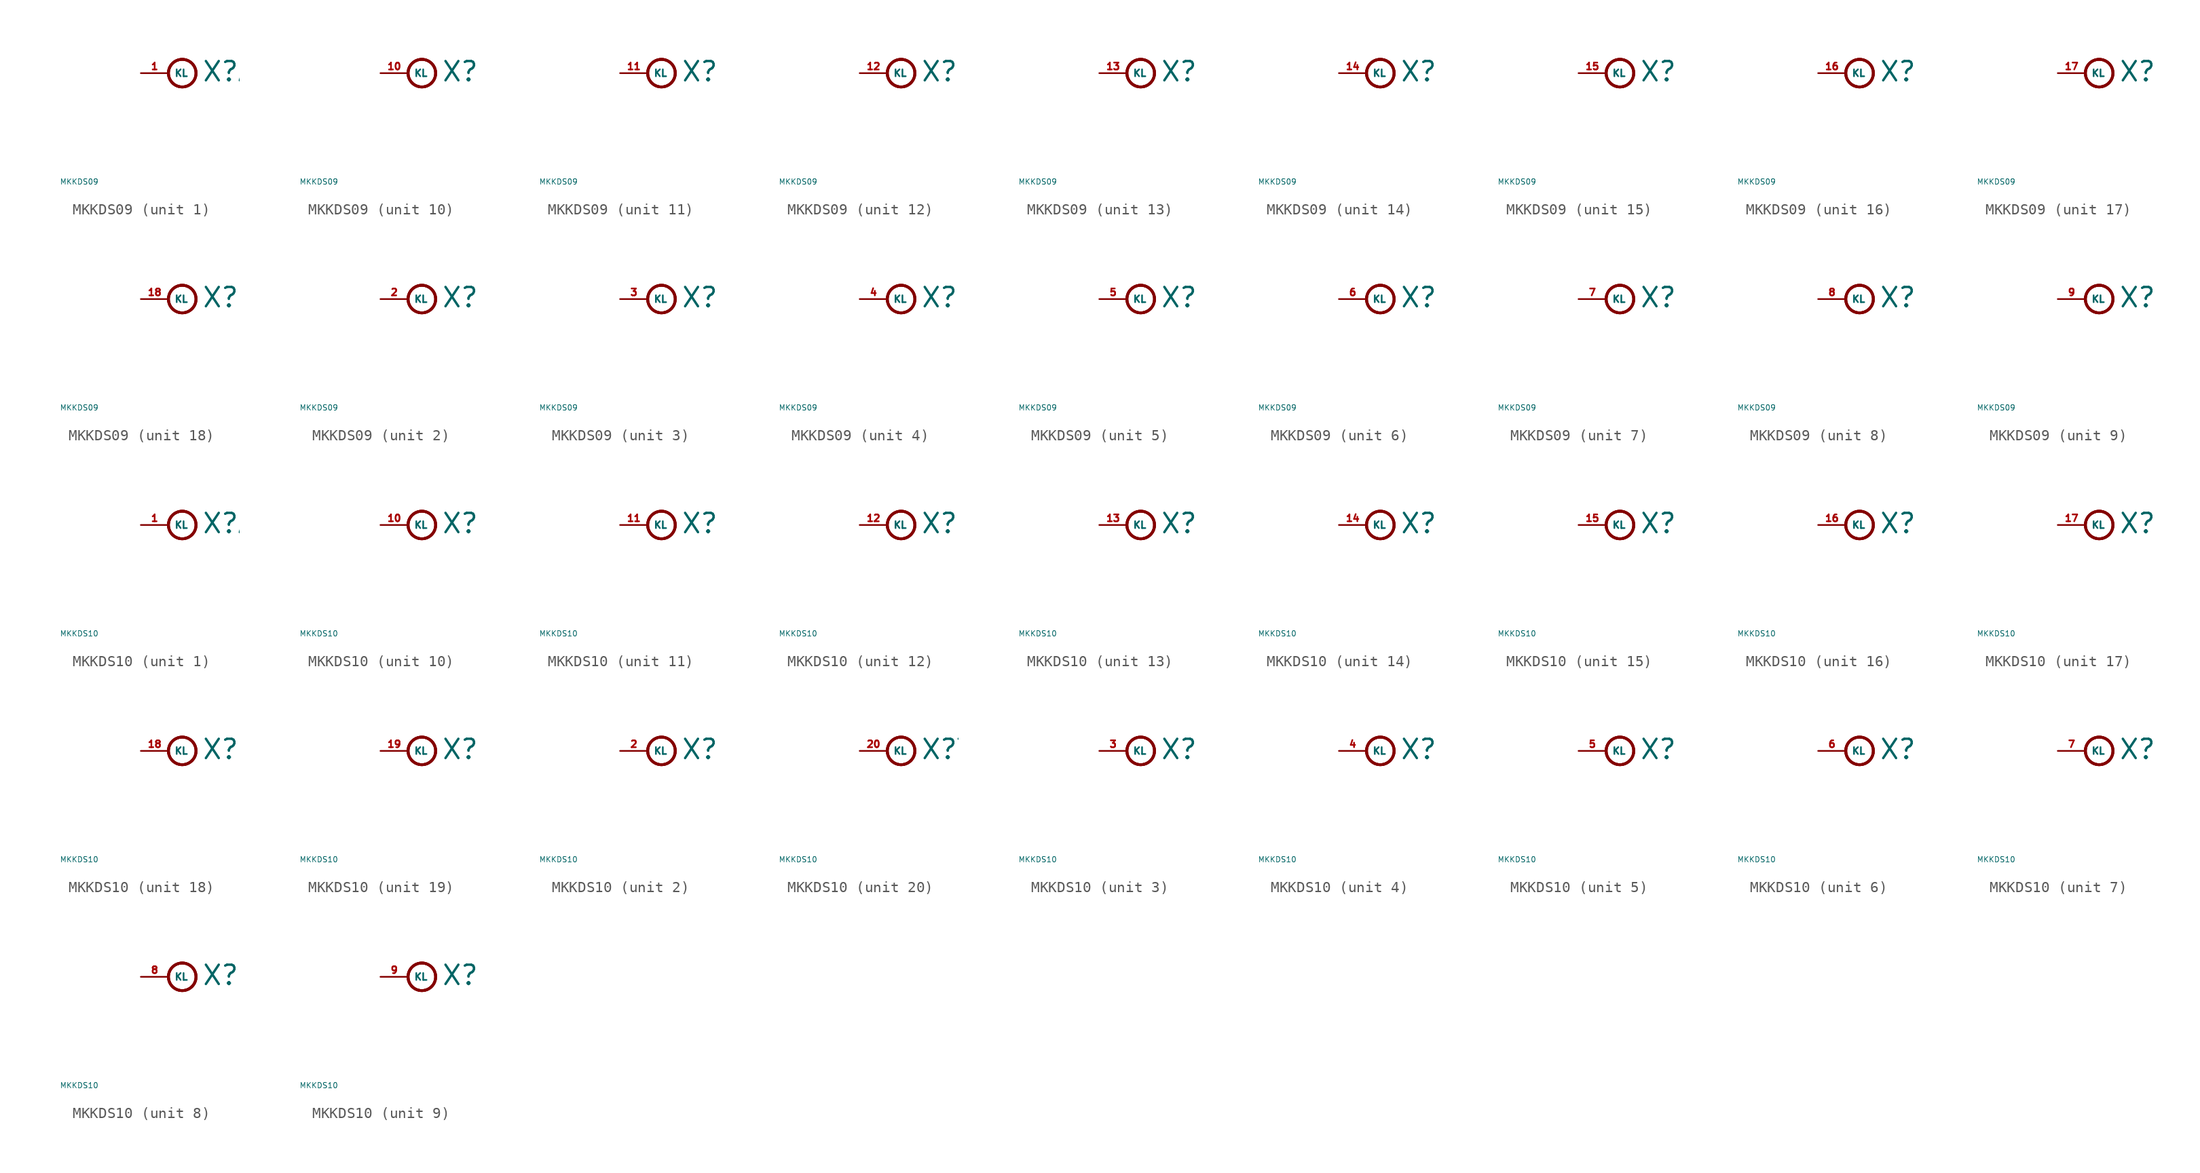
<source format=kicad_sym>
(kicad_symbol_lib
  (version 20220914)
  (generator Eagle2Kicad)
  (symbol "MKKDS09"
    (property "Reference" "X"
      (at 3.048 -0.889 0)
      (effects (font (size 1.778 1.778) (thickness 0.22)) (justify left bottom)))
    (property "Value" "MKKDS09"
      (at -10 -10 0)
      (effects (font (size 0.5 0.5) (thickness 0.06)) (justify left)))
    (symbol "MKKDS09_1_0"
      (circle (center 1.27 0) (radius 1.27) (stroke (width 0.254) (type default)) (fill (type none)))
      (circle (center 1.27 0) (radius 1.27) (stroke (width 0.254) (type default)) (fill (type none)))
      (circle (center 1.27 0) (radius 1.27) (stroke (width 0.254) (type default)) (fill (type none)))
      (pin passive line (at -2.54 0 0) (length 2.54) (name "KL" (effects (font (size 0.635 0.635) (thickness 0.08)) (justify left bottom))) (number "1" (effects (font (size 0.635 0.635) (thickness 0.08)) (justify left bottom)))))
    (symbol "MKKDS09_2_0"
      (circle (center 1.27 0) (radius 1.27) (stroke (width 0.254) (type default)) (fill (type none)))
      (circle (center 1.27 0) (radius 1.27) (stroke (width 0.254) (type default)) (fill (type none)))
      (circle (center 1.27 0) (radius 1.27) (stroke (width 0.254) (type default)) (fill (type none)))
      (pin passive line (at -2.54 0 0) (length 2.54) (name "KL" (effects (font (size 0.635 0.635) (thickness 0.08)) (justify left bottom))) (number "2" (effects (font (size 0.635 0.635) (thickness 0.08)) (justify left bottom)))))
    (symbol "MKKDS09_3_0"
      (circle (center 1.27 0) (radius 1.27) (stroke (width 0.254) (type default)) (fill (type none)))
      (circle (center 1.27 0) (radius 1.27) (stroke (width 0.254) (type default)) (fill (type none)))
      (circle (center 1.27 0) (radius 1.27) (stroke (width 0.254) (type default)) (fill (type none)))
      (pin passive line (at -2.54 0 0) (length 2.54) (name "KL" (effects (font (size 0.635 0.635) (thickness 0.08)) (justify left bottom))) (number "3" (effects (font (size 0.635 0.635) (thickness 0.08)) (justify left bottom)))))
    (symbol "MKKDS09_4_0"
      (circle (center 1.27 0) (radius 1.27) (stroke (width 0.254) (type default)) (fill (type none)))
      (circle (center 1.27 0) (radius 1.27) (stroke (width 0.254) (type default)) (fill (type none)))
      (circle (center 1.27 0) (radius 1.27) (stroke (width 0.254) (type default)) (fill (type none)))
      (pin passive line (at -2.54 0 0) (length 2.54) (name "KL" (effects (font (size 0.635 0.635) (thickness 0.08)) (justify left bottom))) (number "4" (effects (font (size 0.635 0.635) (thickness 0.08)) (justify left bottom)))))
    (symbol "MKKDS09_5_0"
      (circle (center 1.27 0) (radius 1.27) (stroke (width 0.254) (type default)) (fill (type none)))
      (circle (center 1.27 0) (radius 1.27) (stroke (width 0.254) (type default)) (fill (type none)))
      (circle (center 1.27 0) (radius 1.27) (stroke (width 0.254) (type default)) (fill (type none)))
      (pin passive line (at -2.54 0 0) (length 2.54) (name "KL" (effects (font (size 0.635 0.635) (thickness 0.08)) (justify left bottom))) (number "5" (effects (font (size 0.635 0.635) (thickness 0.08)) (justify left bottom)))))
    (symbol "MKKDS09_6_0"
      (circle (center 1.27 0) (radius 1.27) (stroke (width 0.254) (type default)) (fill (type none)))
      (circle (center 1.27 0) (radius 1.27) (stroke (width 0.254) (type default)) (fill (type none)))
      (circle (center 1.27 0) (radius 1.27) (stroke (width 0.254) (type default)) (fill (type none)))
      (pin passive line (at -2.54 0 0) (length 2.54) (name "KL" (effects (font (size 0.635 0.635) (thickness 0.08)) (justify left bottom))) (number "6" (effects (font (size 0.635 0.635) (thickness 0.08)) (justify left bottom)))))
    (symbol "MKKDS09_7_0"
      (circle (center 1.27 0) (radius 1.27) (stroke (width 0.254) (type default)) (fill (type none)))
      (circle (center 1.27 0) (radius 1.27) (stroke (width 0.254) (type default)) (fill (type none)))
      (circle (center 1.27 0) (radius 1.27) (stroke (width 0.254) (type default)) (fill (type none)))
      (pin passive line (at -2.54 0 0) (length 2.54) (name "KL" (effects (font (size 0.635 0.635) (thickness 0.08)) (justify left bottom))) (number "7" (effects (font (size 0.635 0.635) (thickness 0.08)) (justify left bottom)))))
    (symbol "MKKDS09_8_0"
      (circle (center 1.27 0) (radius 1.27) (stroke (width 0.254) (type default)) (fill (type none)))
      (circle (center 1.27 0) (radius 1.27) (stroke (width 0.254) (type default)) (fill (type none)))
      (circle (center 1.27 0) (radius 1.27) (stroke (width 0.254) (type default)) (fill (type none)))
      (pin passive line (at -2.54 0 0) (length 2.54) (name "KL" (effects (font (size 0.635 0.635) (thickness 0.08)) (justify left bottom))) (number "8" (effects (font (size 0.635 0.635) (thickness 0.08)) (justify left bottom)))))
    (symbol "MKKDS09_9_0"
      (circle (center 1.27 0) (radius 1.27) (stroke (width 0.254) (type default)) (fill (type none)))
      (circle (center 1.27 0) (radius 1.27) (stroke (width 0.254) (type default)) (fill (type none)))
      (circle (center 1.27 0) (radius 1.27) (stroke (width 0.254) (type default)) (fill (type none)))
      (pin passive line (at -2.54 0 0) (length 2.54) (name "KL" (effects (font (size 0.635 0.635) (thickness 0.08)) (justify left bottom))) (number "9" (effects (font (size 0.635 0.635) (thickness 0.08)) (justify left bottom)))))
    (symbol "MKKDS09_10_0"
      (circle (center 1.27 0) (radius 1.27) (stroke (width 0.254) (type default)) (fill (type none)))
      (circle (center 1.27 0) (radius 1.27) (stroke (width 0.254) (type default)) (fill (type none)))
      (circle (center 1.27 0) (radius 1.27) (stroke (width 0.254) (type default)) (fill (type none)))
      (pin passive line (at -2.54 0 0) (length 2.54) (name "KL" (effects (font (size 0.635 0.635) (thickness 0.08)) (justify left bottom))) (number "10" (effects (font (size 0.635 0.635) (thickness 0.08)) (justify left bottom)))))
    (symbol "MKKDS09_11_0"
      (circle (center 1.27 0) (radius 1.27) (stroke (width 0.254) (type default)) (fill (type none)))
      (circle (center 1.27 0) (radius 1.27) (stroke (width 0.254) (type default)) (fill (type none)))
      (circle (center 1.27 0) (radius 1.27) (stroke (width 0.254) (type default)) (fill (type none)))
      (pin passive line (at -2.54 0 0) (length 2.54) (name "KL" (effects (font (size 0.635 0.635) (thickness 0.08)) (justify left bottom))) (number "11" (effects (font (size 0.635 0.635) (thickness 0.08)) (justify left bottom)))))
    (symbol "MKKDS09_12_0"
      (circle (center 1.27 0) (radius 1.27) (stroke (width 0.254) (type default)) (fill (type none)))
      (circle (center 1.27 0) (radius 1.27) (stroke (width 0.254) (type default)) (fill (type none)))
      (circle (center 1.27 0) (radius 1.27) (stroke (width 0.254) (type default)) (fill (type none)))
      (pin passive line (at -2.54 0 0) (length 2.54) (name "KL" (effects (font (size 0.635 0.635) (thickness 0.08)) (justify left bottom))) (number "12" (effects (font (size 0.635 0.635) (thickness 0.08)) (justify left bottom)))))
    (symbol "MKKDS09_13_0"
      (circle (center 1.27 0) (radius 1.27) (stroke (width 0.254) (type default)) (fill (type none)))
      (circle (center 1.27 0) (radius 1.27) (stroke (width 0.254) (type default)) (fill (type none)))
      (circle (center 1.27 0) (radius 1.27) (stroke (width 0.254) (type default)) (fill (type none)))
      (pin passive line (at -2.54 0 0) (length 2.54) (name "KL" (effects (font (size 0.635 0.635) (thickness 0.08)) (justify left bottom))) (number "13" (effects (font (size 0.635 0.635) (thickness 0.08)) (justify left bottom)))))
    (symbol "MKKDS09_14_0"
      (circle (center 1.27 0) (radius 1.27) (stroke (width 0.254) (type default)) (fill (type none)))
      (circle (center 1.27 0) (radius 1.27) (stroke (width 0.254) (type default)) (fill (type none)))
      (circle (center 1.27 0) (radius 1.27) (stroke (width 0.254) (type default)) (fill (type none)))
      (pin passive line (at -2.54 0 0) (length 2.54) (name "KL" (effects (font (size 0.635 0.635) (thickness 0.08)) (justify left bottom))) (number "14" (effects (font (size 0.635 0.635) (thickness 0.08)) (justify left bottom)))))
    (symbol "MKKDS09_15_0"
      (circle (center 1.27 0) (radius 1.27) (stroke (width 0.254) (type default)) (fill (type none)))
      (circle (center 1.27 0) (radius 1.27) (stroke (width 0.254) (type default)) (fill (type none)))
      (circle (center 1.27 0) (radius 1.27) (stroke (width 0.254) (type default)) (fill (type none)))
      (pin passive line (at -2.54 0 0) (length 2.54) (name "KL" (effects (font (size 0.635 0.635) (thickness 0.08)) (justify left bottom))) (number "15" (effects (font (size 0.635 0.635) (thickness 0.08)) (justify left bottom)))))
    (symbol "MKKDS09_16_0"
      (circle (center 1.27 0) (radius 1.27) (stroke (width 0.254) (type default)) (fill (type none)))
      (circle (center 1.27 0) (radius 1.27) (stroke (width 0.254) (type default)) (fill (type none)))
      (circle (center 1.27 0) (radius 1.27) (stroke (width 0.254) (type default)) (fill (type none)))
      (pin passive line (at -2.54 0 0) (length 2.54) (name "KL" (effects (font (size 0.635 0.635) (thickness 0.08)) (justify left bottom))) (number "16" (effects (font (size 0.635 0.635) (thickness 0.08)) (justify left bottom)))))
    (symbol "MKKDS09_17_0"
      (circle (center 1.27 0) (radius 1.27) (stroke (width 0.254) (type default)) (fill (type none)))
      (circle (center 1.27 0) (radius 1.27) (stroke (width 0.254) (type default)) (fill (type none)))
      (circle (center 1.27 0) (radius 1.27) (stroke (width 0.254) (type default)) (fill (type none)))
      (pin passive line (at -2.54 0 0) (length 2.54) (name "KL" (effects (font (size 0.635 0.635) (thickness 0.08)) (justify left bottom))) (number "17" (effects (font (size 0.635 0.635) (thickness 0.08)) (justify left bottom)))))
    (symbol "MKKDS09_18_0"
      (circle (center 1.27 0) (radius 1.27) (stroke (width 0.254) (type default)) (fill (type none)))
      (circle (center 1.27 0) (radius 1.27) (stroke (width 0.254) (type default)) (fill (type none)))
      (circle (center 1.27 0) (radius 1.27) (stroke (width 0.254) (type default)) (fill (type none)))
      (pin passive line (at -2.54 0 0) (length 2.54) (name "KL" (effects (font (size 0.635 0.635) (thickness 0.08)) (justify left bottom))) (number "18" (effects (font (size 0.635 0.635) (thickness 0.08)) (justify left bottom))))))
  (symbol "MKKDS10"
    (property "Reference" "X"
      (at 3.048 -0.889 0)
      (effects (font (size 1.778 1.778) (thickness 0.22)) (justify left bottom)))
    (property "Value" "MKKDS10"
      (at -10 -10 0)
      (effects (font (size 0.5 0.5) (thickness 0.06)) (justify left)))
    (symbol "MKKDS10_1_0"
      (circle (center 1.27 0) (radius 1.27) (stroke (width 0.254) (type default)) (fill (type none)))
      (circle (center 1.27 0) (radius 1.27) (stroke (width 0.254) (type default)) (fill (type none)))
      (circle (center 1.27 0) (radius 1.27) (stroke (width 0.254) (type default)) (fill (type none)))
      (pin passive line (at -2.54 0 0) (length 2.54) (name "KL" (effects (font (size 0.635 0.635) (thickness 0.08)) (justify left bottom))) (number "1" (effects (font (size 0.635 0.635) (thickness 0.08)) (justify left bottom)))))
    (symbol "MKKDS10_2_0"
      (circle (center 1.27 0) (radius 1.27) (stroke (width 0.254) (type default)) (fill (type none)))
      (circle (center 1.27 0) (radius 1.27) (stroke (width 0.254) (type default)) (fill (type none)))
      (circle (center 1.27 0) (radius 1.27) (stroke (width 0.254) (type default)) (fill (type none)))
      (pin passive line (at -2.54 0 0) (length 2.54) (name "KL" (effects (font (size 0.635 0.635) (thickness 0.08)) (justify left bottom))) (number "2" (effects (font (size 0.635 0.635) (thickness 0.08)) (justify left bottom)))))
    (symbol "MKKDS10_3_0"
      (circle (center 1.27 0) (radius 1.27) (stroke (width 0.254) (type default)) (fill (type none)))
      (circle (center 1.27 0) (radius 1.27) (stroke (width 0.254) (type default)) (fill (type none)))
      (circle (center 1.27 0) (radius 1.27) (stroke (width 0.254) (type default)) (fill (type none)))
      (pin passive line (at -2.54 0 0) (length 2.54) (name "KL" (effects (font (size 0.635 0.635) (thickness 0.08)) (justify left bottom))) (number "3" (effects (font (size 0.635 0.635) (thickness 0.08)) (justify left bottom)))))
    (symbol "MKKDS10_4_0"
      (circle (center 1.27 0) (radius 1.27) (stroke (width 0.254) (type default)) (fill (type none)))
      (circle (center 1.27 0) (radius 1.27) (stroke (width 0.254) (type default)) (fill (type none)))
      (circle (center 1.27 0) (radius 1.27) (stroke (width 0.254) (type default)) (fill (type none)))
      (pin passive line (at -2.54 0 0) (length 2.54) (name "KL" (effects (font (size 0.635 0.635) (thickness 0.08)) (justify left bottom))) (number "4" (effects (font (size 0.635 0.635) (thickness 0.08)) (justify left bottom)))))
    (symbol "MKKDS10_5_0"
      (circle (center 1.27 0) (radius 1.27) (stroke (width 0.254) (type default)) (fill (type none)))
      (circle (center 1.27 0) (radius 1.27) (stroke (width 0.254) (type default)) (fill (type none)))
      (circle (center 1.27 0) (radius 1.27) (stroke (width 0.254) (type default)) (fill (type none)))
      (pin passive line (at -2.54 0 0) (length 2.54) (name "KL" (effects (font (size 0.635 0.635) (thickness 0.08)) (justify left bottom))) (number "5" (effects (font (size 0.635 0.635) (thickness 0.08)) (justify left bottom)))))
    (symbol "MKKDS10_6_0"
      (circle (center 1.27 0) (radius 1.27) (stroke (width 0.254) (type default)) (fill (type none)))
      (circle (center 1.27 0) (radius 1.27) (stroke (width 0.254) (type default)) (fill (type none)))
      (circle (center 1.27 0) (radius 1.27) (stroke (width 0.254) (type default)) (fill (type none)))
      (pin passive line (at -2.54 0 0) (length 2.54) (name "KL" (effects (font (size 0.635 0.635) (thickness 0.08)) (justify left bottom))) (number "6" (effects (font (size 0.635 0.635) (thickness 0.08)) (justify left bottom)))))
    (symbol "MKKDS10_7_0"
      (circle (center 1.27 0) (radius 1.27) (stroke (width 0.254) (type default)) (fill (type none)))
      (circle (center 1.27 0) (radius 1.27) (stroke (width 0.254) (type default)) (fill (type none)))
      (circle (center 1.27 0) (radius 1.27) (stroke (width 0.254) (type default)) (fill (type none)))
      (pin passive line (at -2.54 0 0) (length 2.54) (name "KL" (effects (font (size 0.635 0.635) (thickness 0.08)) (justify left bottom))) (number "7" (effects (font (size 0.635 0.635) (thickness 0.08)) (justify left bottom)))))
    (symbol "MKKDS10_8_0"
      (circle (center 1.27 0) (radius 1.27) (stroke (width 0.254) (type default)) (fill (type none)))
      (circle (center 1.27 0) (radius 1.27) (stroke (width 0.254) (type default)) (fill (type none)))
      (circle (center 1.27 0) (radius 1.27) (stroke (width 0.254) (type default)) (fill (type none)))
      (pin passive line (at -2.54 0 0) (length 2.54) (name "KL" (effects (font (size 0.635 0.635) (thickness 0.08)) (justify left bottom))) (number "8" (effects (font (size 0.635 0.635) (thickness 0.08)) (justify left bottom)))))
    (symbol "MKKDS10_9_0"
      (circle (center 1.27 0) (radius 1.27) (stroke (width 0.254) (type default)) (fill (type none)))
      (circle (center 1.27 0) (radius 1.27) (stroke (width 0.254) (type default)) (fill (type none)))
      (circle (center 1.27 0) (radius 1.27) (stroke (width 0.254) (type default)) (fill (type none)))
      (pin passive line (at -2.54 0 0) (length 2.54) (name "KL" (effects (font (size 0.635 0.635) (thickness 0.08)) (justify left bottom))) (number "9" (effects (font (size 0.635 0.635) (thickness 0.08)) (justify left bottom)))))
    (symbol "MKKDS10_10_0"
      (circle (center 1.27 0) (radius 1.27) (stroke (width 0.254) (type default)) (fill (type none)))
      (circle (center 1.27 0) (radius 1.27) (stroke (width 0.254) (type default)) (fill (type none)))
      (circle (center 1.27 0) (radius 1.27) (stroke (width 0.254) (type default)) (fill (type none)))
      (pin passive line (at -2.54 0 0) (length 2.54) (name "KL" (effects (font (size 0.635 0.635) (thickness 0.08)) (justify left bottom))) (number "10" (effects (font (size 0.635 0.635) (thickness 0.08)) (justify left bottom)))))
    (symbol "MKKDS10_11_0"
      (circle (center 1.27 0) (radius 1.27) (stroke (width 0.254) (type default)) (fill (type none)))
      (circle (center 1.27 0) (radius 1.27) (stroke (width 0.254) (type default)) (fill (type none)))
      (circle (center 1.27 0) (radius 1.27) (stroke (width 0.254) (type default)) (fill (type none)))
      (pin passive line (at -2.54 0 0) (length 2.54) (name "KL" (effects (font (size 0.635 0.635) (thickness 0.08)) (justify left bottom))) (number "11" (effects (font (size 0.635 0.635) (thickness 0.08)) (justify left bottom)))))
    (symbol "MKKDS10_12_0"
      (circle (center 1.27 0) (radius 1.27) (stroke (width 0.254) (type default)) (fill (type none)))
      (circle (center 1.27 0) (radius 1.27) (stroke (width 0.254) (type default)) (fill (type none)))
      (circle (center 1.27 0) (radius 1.27) (stroke (width 0.254) (type default)) (fill (type none)))
      (pin passive line (at -2.54 0 0) (length 2.54) (name "KL" (effects (font (size 0.635 0.635) (thickness 0.08)) (justify left bottom))) (number "12" (effects (font (size 0.635 0.635) (thickness 0.08)) (justify left bottom)))))
    (symbol "MKKDS10_13_0"
      (circle (center 1.27 0) (radius 1.27) (stroke (width 0.254) (type default)) (fill (type none)))
      (circle (center 1.27 0) (radius 1.27) (stroke (width 0.254) (type default)) (fill (type none)))
      (circle (center 1.27 0) (radius 1.27) (stroke (width 0.254) (type default)) (fill (type none)))
      (pin passive line (at -2.54 0 0) (length 2.54) (name "KL" (effects (font (size 0.635 0.635) (thickness 0.08)) (justify left bottom))) (number "13" (effects (font (size 0.635 0.635) (thickness 0.08)) (justify left bottom)))))
    (symbol "MKKDS10_14_0"
      (circle (center 1.27 0) (radius 1.27) (stroke (width 0.254) (type default)) (fill (type none)))
      (circle (center 1.27 0) (radius 1.27) (stroke (width 0.254) (type default)) (fill (type none)))
      (circle (center 1.27 0) (radius 1.27) (stroke (width 0.254) (type default)) (fill (type none)))
      (pin passive line (at -2.54 0 0) (length 2.54) (name "KL" (effects (font (size 0.635 0.635) (thickness 0.08)) (justify left bottom))) (number "14" (effects (font (size 0.635 0.635) (thickness 0.08)) (justify left bottom)))))
    (symbol "MKKDS10_15_0"
      (circle (center 1.27 0) (radius 1.27) (stroke (width 0.254) (type default)) (fill (type none)))
      (circle (center 1.27 0) (radius 1.27) (stroke (width 0.254) (type default)) (fill (type none)))
      (circle (center 1.27 0) (radius 1.27) (stroke (width 0.254) (type default)) (fill (type none)))
      (pin passive line (at -2.54 0 0) (length 2.54) (name "KL" (effects (font (size 0.635 0.635) (thickness 0.08)) (justify left bottom))) (number "15" (effects (font (size 0.635 0.635) (thickness 0.08)) (justify left bottom)))))
    (symbol "MKKDS10_16_0"
      (circle (center 1.27 0) (radius 1.27) (stroke (width 0.254) (type default)) (fill (type none)))
      (circle (center 1.27 0) (radius 1.27) (stroke (width 0.254) (type default)) (fill (type none)))
      (circle (center 1.27 0) (radius 1.27) (stroke (width 0.254) (type default)) (fill (type none)))
      (pin passive line (at -2.54 0 0) (length 2.54) (name "KL" (effects (font (size 0.635 0.635) (thickness 0.08)) (justify left bottom))) (number "16" (effects (font (size 0.635 0.635) (thickness 0.08)) (justify left bottom)))))
    (symbol "MKKDS10_17_0"
      (circle (center 1.27 0) (radius 1.27) (stroke (width 0.254) (type default)) (fill (type none)))
      (circle (center 1.27 0) (radius 1.27) (stroke (width 0.254) (type default)) (fill (type none)))
      (circle (center 1.27 0) (radius 1.27) (stroke (width 0.254) (type default)) (fill (type none)))
      (pin passive line (at -2.54 0 0) (length 2.54) (name "KL" (effects (font (size 0.635 0.635) (thickness 0.08)) (justify left bottom))) (number "17" (effects (font (size 0.635 0.635) (thickness 0.08)) (justify left bottom)))))
    (symbol "MKKDS10_18_0"
      (circle (center 1.27 0) (radius 1.27) (stroke (width 0.254) (type default)) (fill (type none)))
      (circle (center 1.27 0) (radius 1.27) (stroke (width 0.254) (type default)) (fill (type none)))
      (circle (center 1.27 0) (radius 1.27) (stroke (width 0.254) (type default)) (fill (type none)))
      (pin passive line (at -2.54 0 0) (length 2.54) (name "KL" (effects (font (size 0.635 0.635) (thickness 0.08)) (justify left bottom))) (number "18" (effects (font (size 0.635 0.635) (thickness 0.08)) (justify left bottom)))))
    (symbol "MKKDS10_19_0"
      (circle (center 1.27 0) (radius 1.27) (stroke (width 0.254) (type default)) (fill (type none)))
      (circle (center 1.27 0) (radius 1.27) (stroke (width 0.254) (type default)) (fill (type none)))
      (circle (center 1.27 0) (radius 1.27) (stroke (width 0.254) (type default)) (fill (type none)))
      (pin passive line (at -2.54 0 0) (length 2.54) (name "KL" (effects (font (size 0.635 0.635) (thickness 0.08)) (justify left bottom))) (number "19" (effects (font (size 0.635 0.635) (thickness 0.08)) (justify left bottom)))))
    (symbol "MKKDS10_20_0"
      (circle (center 1.27 0) (radius 1.27) (stroke (width 0.254) (type default)) (fill (type none)))
      (circle (center 1.27 0) (radius 1.27) (stroke (width 0.254) (type default)) (fill (type none)))
      (circle (center 1.27 0) (radius 1.27) (stroke (width 0.254) (type default)) (fill (type none)))
      (pin passive line (at -2.54 0 0) (length 2.54) (name "KL" (effects (font (size 0.635 0.635) (thickness 0.08)) (justify left bottom))) (number "20" (effects (font (size 0.635 0.635) (thickness 0.08)) (justify left bottom)))))))
</source>
